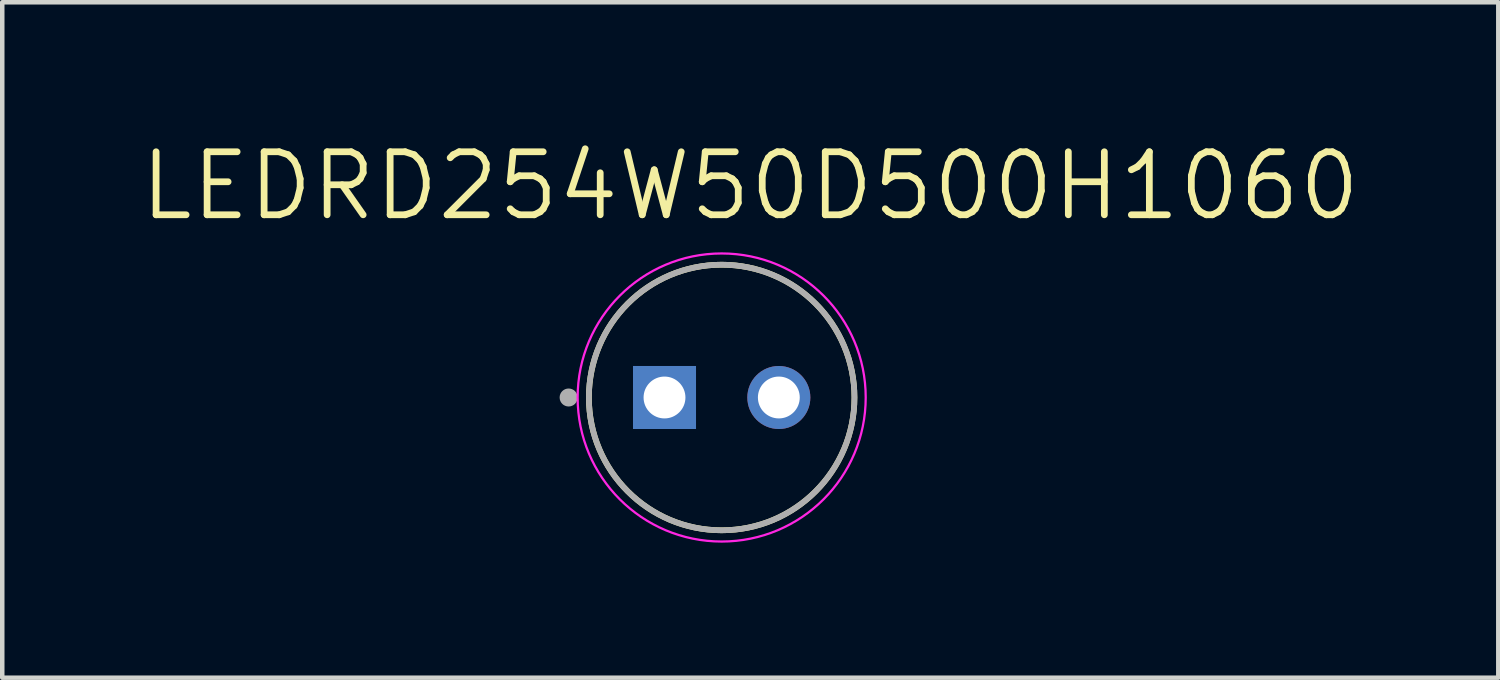
<source format=kicad_pcb>
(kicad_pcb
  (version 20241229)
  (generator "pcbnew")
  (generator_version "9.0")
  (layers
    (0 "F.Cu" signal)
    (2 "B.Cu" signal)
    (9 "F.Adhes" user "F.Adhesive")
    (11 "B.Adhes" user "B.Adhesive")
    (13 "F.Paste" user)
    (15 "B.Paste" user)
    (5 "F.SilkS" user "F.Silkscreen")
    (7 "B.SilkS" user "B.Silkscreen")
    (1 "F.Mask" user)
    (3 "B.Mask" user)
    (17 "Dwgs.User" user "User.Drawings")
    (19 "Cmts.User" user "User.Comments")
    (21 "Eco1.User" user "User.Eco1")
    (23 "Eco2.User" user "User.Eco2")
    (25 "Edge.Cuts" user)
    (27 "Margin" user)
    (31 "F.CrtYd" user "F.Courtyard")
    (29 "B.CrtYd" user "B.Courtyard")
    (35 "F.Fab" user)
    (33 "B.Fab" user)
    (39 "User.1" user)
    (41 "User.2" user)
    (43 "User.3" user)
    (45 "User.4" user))
  (footprint "LEDRD254W50D500H1060"
    (layer "F.Cu")
    (at 12.983 5.781)
    (property "Reference" "LEDRD254W50D500H1060" (at 0.635 -4.699 0) (layer "F.SilkS") (effects (font (size 1.4 1.4) (thickness 0.15))))
    (attr through_hole)
    (fp_circle (center 0 0) (end 2.95 0) (stroke (width 0.127) (type solid)) (fill no) (layer "F.SilkS"))
    (fp_circle (center 0 0) (end 3.2 0) (stroke (width 0.05) (type solid)) (fill no) (layer "F.CrtYd"))
    (fp_circle (center -3.4 0) (end -3.3 0) (stroke (width 0.2) (type solid)) (fill no) (layer "F.Fab"))
    (fp_circle (center 0 0) (end 2.95 0) (stroke (width 0.127) (type solid)) (fill no) (layer "F.Fab"))
    (pad "A" thru_hole circle (at 1.27 0) (size 1.4 1.4) (drill 0.93) (layers "*.Cu" "*.Mask"))
    (pad "C" thru_hole rect (at -1.27 0) (size 1.4 1.4) (drill 0.93) (layers "*.Cu" "*.Mask")))
  (gr_rect
    (start -3 -3)
    (end 30.237 12.006)
    (stroke (width 0.1) (type default))
    (fill no)
    (layer "Edge.Cuts")))
</source>
